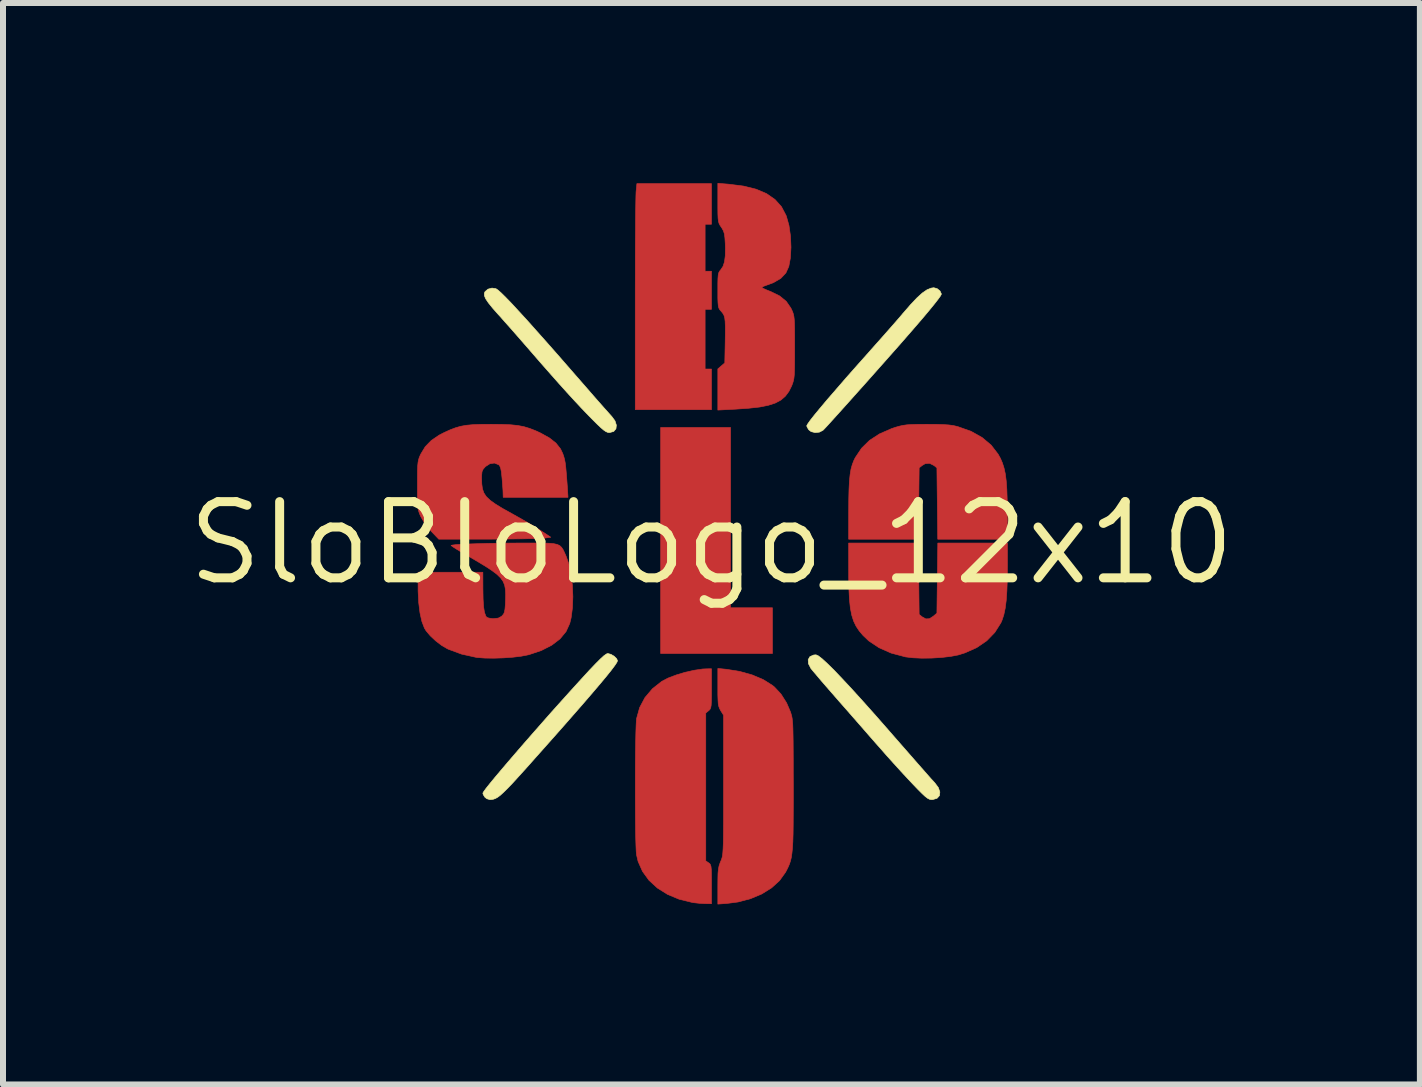
<source format=kicad_pcb>
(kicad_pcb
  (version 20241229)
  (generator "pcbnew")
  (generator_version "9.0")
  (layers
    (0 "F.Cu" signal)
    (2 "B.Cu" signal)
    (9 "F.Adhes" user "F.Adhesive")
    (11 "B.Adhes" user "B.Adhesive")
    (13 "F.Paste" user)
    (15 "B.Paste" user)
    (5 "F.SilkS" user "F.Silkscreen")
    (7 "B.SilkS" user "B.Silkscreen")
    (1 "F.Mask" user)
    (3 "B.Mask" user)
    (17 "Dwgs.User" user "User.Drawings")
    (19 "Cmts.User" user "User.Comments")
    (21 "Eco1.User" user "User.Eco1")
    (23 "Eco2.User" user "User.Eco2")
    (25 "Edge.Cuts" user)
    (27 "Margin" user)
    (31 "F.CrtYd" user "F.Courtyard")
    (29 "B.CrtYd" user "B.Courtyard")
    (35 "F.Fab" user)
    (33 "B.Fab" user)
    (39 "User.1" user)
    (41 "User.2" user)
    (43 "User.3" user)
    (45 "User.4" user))
  (footprint "SloBloLogo_12x10"
    (layer "F.Cu")
    (at 8.807 6)
    (property "Reference" "SloBloLogo_12x10" (at 0 0 0) (layer "F.SilkS") (effects (font (size 1.27 1.27) (thickness 0.15))))
    (attr through_hole)
    (fp_poly (pts (xy 0.318 1.079) (xy 1.016 1.079) (xy 1.016 1.841) (xy -0.847 1.841) (xy -0.847 -1.926) (xy 0.318 -1.926) (xy 0.318 1.079)) (stroke (width 0.01) (type solid)) (fill yes) (layer "F.Cu"))
    (fp_poly (pts (xy 0 -5.313) (xy -0.106 -5.313) (xy -0.106 -4.53) (xy 0 -4.53) (xy 0 -3.895) (xy -0.106 -3.895) (xy -0.106 -2.9) (xy 0 -2.9) (xy 0 -2.223) (xy -1.27 -2.223) (xy -1.27 -3.976) (xy -1.27 -4.248) (xy -1.269 -4.511) (xy -1.269 -4.76) (xy -1.268 -4.992) (xy -1.266 -5.205) (xy -1.265 -5.393) (xy -1.263 -5.555) (xy -1.261 -5.687) (xy -1.259 -5.785) (xy -1.257 -5.845) (xy -1.256 -5.86) (xy -1.243 -5.99) (xy 0 -5.99) (xy 0 -5.313)) (stroke (width 0.01) (type solid)) (fill yes) (layer "F.Cu"))
    (fp_poly (pts (xy 3.454 0.595) (xy 3.461 1.189) (xy 3.511 1.23) (xy 3.573 1.264) (xy 3.633 1.261) (xy 3.698 1.219) (xy 3.757 1.168) (xy 3.772 0) (xy 4.932 0) (xy 4.932 0.379) (xy 4.93 0.607) (xy 4.923 0.798) (xy 4.912 0.957) (xy 4.895 1.088) (xy 4.872 1.196) (xy 4.842 1.287) (xy 4.823 1.33) (xy 4.722 1.49) (xy 4.587 1.629) (xy 4.42 1.743) (xy 4.225 1.83) (xy 4.113 1.865) (xy 3.988 1.889) (xy 3.835 1.907) (xy 3.67 1.917) (xy 3.505 1.919) (xy 3.354 1.912) (xy 3.23 1.897) (xy 3.228 1.896) (xy 2.995 1.834) (xy 2.793 1.745) (xy 2.622 1.631) (xy 2.526 1.54) (xy 2.462 1.464) (xy 2.41 1.386) (xy 2.369 1.301) (xy 2.338 1.203) (xy 2.315 1.087) (xy 2.3 0.947) (xy 2.291 0.779) (xy 2.287 0.576) (xy 2.287 0.471) (xy 2.286 0) (xy 3.448 0) (xy 3.454 0.595)) (stroke (width 0.01) (type solid)) (fill yes) (layer "F.Cu"))
    (fp_poly (pts (xy 3.749 -1.978) (xy 3.866 -1.974) (xy 3.957 -1.968) (xy 4.03 -1.958) (xy 4.095 -1.943) (xy 4.106 -1.94) (xy 4.326 -1.862) (xy 4.51 -1.759) (xy 4.661 -1.632) (xy 4.777 -1.481) (xy 4.816 -1.411) (xy 4.849 -1.334) (xy 4.876 -1.249) (xy 4.897 -1.152) (xy 4.912 -1.036) (xy 4.922 -0.897) (xy 4.928 -0.729) (xy 4.931 -0.525) (xy 4.931 -0.45) (xy 4.932 -0.064) (xy 3.771 -0.064) (xy 3.764 -0.658) (xy 3.757 -1.253) (xy 3.707 -1.293) (xy 3.635 -1.329) (xy 3.562 -1.323) (xy 3.511 -1.293) (xy 3.461 -1.253) (xy 3.454 -0.658) (xy 3.448 -0.064) (xy 2.286 -0.064) (xy 2.287 -0.524) (xy 2.288 -0.727) (xy 2.292 -0.893) (xy 2.299 -1.029) (xy 2.31 -1.139) (xy 2.325 -1.23) (xy 2.346 -1.306) (xy 2.372 -1.374) (xy 2.396 -1.423) (xy 2.501 -1.58) (xy 2.634 -1.711) (xy 2.8 -1.819) (xy 3.001 -1.907) (xy 3.069 -1.93) (xy 3.133 -1.948) (xy 3.192 -1.961) (xy 3.256 -1.97) (xy 3.335 -1.975) (xy 3.436 -1.978) (xy 3.568 -1.979) (xy 3.598 -1.979) (xy 3.749 -1.978)) (stroke (width 0.01) (type solid)) (fill yes) (layer "F.Cu"))
    (fp_poly (pts (xy 0 2.425) (xy -0.000284 2.551) (xy -0.002 2.641) (xy -0.005 2.702) (xy -0.012 2.742) (xy -0.022 2.767) (xy -0.037 2.785) (xy -0.048 2.794) (xy -0.095 2.833) (xy -0.095 5.297) (xy -0.048 5.329) (xy -0.029 5.343) (xy -0.017 5.361) (xy -0.008 5.39) (xy -0.003 5.438) (xy -0.001 5.51) (xy -0.000057 5.614) (xy 0 5.686) (xy 0 6.011) (xy -0.111 6.009) (xy -0.201 6.004) (xy -0.293 5.994) (xy -0.323 5.989) (xy -0.539 5.936) (xy -0.733 5.855) (xy -0.902 5.749) (xy -1.042 5.62) (xy -1.15 5.471) (xy -1.223 5.306) (xy -1.249 5.195) (xy -1.254 5.143) (xy -1.258 5.053) (xy -1.262 4.932) (xy -1.265 4.785) (xy -1.267 4.617) (xy -1.268 4.433) (xy -1.269 4.239) (xy -1.269 4.04) (xy -1.269 3.842) (xy -1.268 3.649) (xy -1.266 3.468) (xy -1.263 3.303) (xy -1.26 3.161) (xy -1.256 3.045) (xy -1.252 2.963) (xy -1.248 2.924) (xy -1.197 2.742) (xy -1.109 2.576) (xy -0.985 2.429) (xy -0.83 2.306) (xy -0.828 2.305) (xy -0.723 2.25) (xy -0.589 2.199) (xy -0.439 2.154) (xy -0.287 2.12) (xy -0.145 2.099) (xy -0.069 2.096) (xy 0 2.095) (xy 0 2.425)) (stroke (width 0.01) (type solid)) (fill yes) (layer "F.Cu"))
    (fp_poly (pts (xy 0.249 2.104) (xy 0.472 2.14) (xy 0.679 2.198) (xy 0.863 2.276) (xy 1.016 2.372) (xy 1.05 2.4) (xy 1.159 2.517) (xy 1.252 2.664) (xy 1.319 2.82) (xy 1.328 2.852) (xy 1.337 2.883) (xy 1.344 2.919) (xy 1.349 2.964) (xy 1.354 3.02) (xy 1.357 3.092) (xy 1.359 3.184) (xy 1.361 3.3) (xy 1.362 3.443) (xy 1.363 3.618) (xy 1.363 3.828) (xy 1.364 4.032) (xy 1.364 4.29) (xy 1.363 4.51) (xy 1.362 4.695) (xy 1.36 4.849) (xy 1.356 4.977) (xy 1.35 5.081) (xy 1.341 5.167) (xy 1.331 5.238) (xy 1.317 5.297) (xy 1.3 5.349) (xy 1.279 5.398) (xy 1.255 5.447) (xy 1.234 5.487) (xy 1.135 5.625) (xy 1.002 5.746) (xy 0.839 5.848) (xy 0.651 5.927) (xy 0.443 5.982) (xy 0.259 6.006) (xy 0.106 6.017) (xy 0.106 5.717) (xy 0.107 5.593) (xy 0.109 5.502) (xy 0.116 5.435) (xy 0.126 5.382) (xy 0.142 5.334) (xy 0.153 5.306) (xy 0.164 5.282) (xy 0.172 5.258) (xy 0.18 5.23) (xy 0.186 5.196) (xy 0.19 5.151) (xy 0.194 5.092) (xy 0.197 5.015) (xy 0.199 4.917) (xy 0.2 4.794) (xy 0.201 4.642) (xy 0.201 4.458) (xy 0.201 4.238) (xy 0.201 4.032) (xy 0.201 2.868) (xy 0.153 2.792) (xy 0.135 2.758) (xy 0.122 2.723) (xy 0.113 2.679) (xy 0.109 2.616) (xy 0.106 2.528) (xy 0.106 2.406) (xy 0.106 2.09) (xy 0.249 2.104)) (stroke (width 0.01) (type solid)) (fill yes) (layer "F.Cu"))
    (fp_poly (pts (xy -2.818 0.000461) (xy -2.711 0.003) (xy -2.631 0.01) (xy -2.572 0.023) (xy -2.53 0.042) (xy -2.499 0.071) (xy -2.473 0.109) (xy -2.449 0.16) (xy -2.423 0.218) (xy -2.375 0.355) (xy -2.34 0.521) (xy -2.318 0.704) (xy -2.31 0.894) (xy -2.317 1.079) (xy -2.339 1.246) (xy -2.362 1.34) (xy -2.424 1.476) (xy -2.525 1.598) (xy -2.663 1.703) (xy -2.835 1.791) (xy -3.041 1.86) (xy -3.059 1.864) (xy -3.171 1.886) (xy -3.313 1.903) (xy -3.47 1.914) (xy -3.629 1.919) (xy -3.777 1.917) (xy -3.901 1.908) (xy -3.926 1.904) (xy -4.165 1.851) (xy -4.384 1.77) (xy -4.403 1.761) (xy -4.497 1.706) (xy -4.595 1.631) (xy -4.685 1.547) (xy -4.756 1.463) (xy -4.784 1.417) (xy -4.826 1.307) (xy -4.858 1.163) (xy -4.879 0.993) (xy -4.889 0.802) (xy -4.889 0.752) (xy -4.889 0.487) (xy -3.81 0.487) (xy -3.809 0.767) (xy -3.806 0.935) (xy -3.798 1.064) (xy -3.783 1.156) (xy -3.761 1.216) (xy -3.747 1.236) (xy -3.712 1.25) (xy -3.654 1.259) (xy -3.63 1.259) (xy -3.553 1.251) (xy -3.498 1.221) (xy -3.488 1.211) (xy -3.465 1.184) (xy -3.45 1.15) (xy -3.441 1.1) (xy -3.435 1.025) (xy -3.432 0.952) (xy -3.43 0.854) (xy -3.434 0.772) (xy -3.447 0.702) (xy -3.473 0.639) (xy -3.515 0.58) (xy -3.577 0.52) (xy -3.662 0.456) (xy -3.774 0.383) (xy -3.915 0.298) (xy -4.082 0.201) (xy -4.174 0.147) (xy -4.252 0.1) (xy -4.308 0.064) (xy -4.337 0.043) (xy -4.339 0.04) (xy -4.319 0.034) (xy -4.261 0.027) (xy -4.169 0.021) (xy -4.049 0.016) (xy -3.905 0.011) (xy -3.741 0.006) (xy -3.562 0.003) (xy -3.372 0.001) (xy -3.175 0.000033) (xy -3.133 0) (xy -2.957 -0.000151) (xy -2.818 0.000461)) (stroke (width 0.01) (type solid)) (fill yes) (layer "F.Cu"))
    (fp_poly (pts (xy -3.662 -1.979) (xy -3.487 -1.977) (xy -3.345 -1.971) (xy -3.228 -1.959) (xy -3.125 -1.939) (xy -3.029 -1.91) (xy -2.929 -1.871) (xy -2.847 -1.833) (xy -2.701 -1.752) (xy -2.592 -1.666) (xy -2.516 -1.57) (xy -2.479 -1.493) (xy -2.462 -1.444) (xy -2.448 -1.393) (xy -2.437 -1.334) (xy -2.428 -1.259) (xy -2.419 -1.16) (xy -2.409 -1.03) (xy -2.402 -0.937) (xy -2.391 -0.762) (xy -3.471 -0.762) (xy -3.473 -0.831) (xy -3.475 -0.884) (xy -3.481 -0.964) (xy -3.488 -1.057) (xy -3.491 -1.088) (xy -3.501 -1.186) (xy -3.514 -1.251) (xy -3.531 -1.289) (xy -3.546 -1.305) (xy -3.617 -1.333) (xy -3.693 -1.322) (xy -3.766 -1.275) (xy -3.769 -1.272) (xy -3.805 -1.231) (xy -3.824 -1.189) (xy -3.83 -1.13) (xy -3.831 -1.084) (xy -3.828 -0.986) (xy -3.817 -0.904) (xy -3.793 -0.835) (xy -3.752 -0.773) (xy -3.689 -0.713) (xy -3.601 -0.65) (xy -3.484 -0.578) (xy -3.333 -0.494) (xy -3.212 -0.426) (xy -3.089 -0.356) (xy -2.975 -0.288) (xy -2.882 -0.231) (xy -2.847 -0.209) (xy -2.678 -0.097) (xy -2.783 -0.082) (xy -2.828 -0.079) (xy -2.91 -0.075) (xy -3.023 -0.073) (xy -3.163 -0.07) (xy -3.323 -0.068) (xy -3.5 -0.066) (xy -3.686 -0.065) (xy -3.717 -0.065) (xy -4.544 -0.064) (xy -4.665 -0.19) (xy -4.732 -0.269) (xy -4.795 -0.356) (xy -4.841 -0.435) (xy -4.843 -0.439) (xy -4.863 -0.483) (xy -4.877 -0.522) (xy -4.888 -0.564) (xy -4.894 -0.617) (xy -4.898 -0.687) (xy -4.9 -0.782) (xy -4.9 -0.91) (xy -4.9 -0.963) (xy -4.9 -1.104) (xy -4.899 -1.209) (xy -4.896 -1.287) (xy -4.89 -1.345) (xy -4.881 -1.39) (xy -4.869 -1.429) (xy -4.851 -1.469) (xy -4.845 -1.482) (xy -4.77 -1.606) (xy -4.67 -1.709) (xy -4.538 -1.799) (xy -4.456 -1.841) (xy -4.355 -1.887) (xy -4.265 -1.921) (xy -4.178 -1.946) (xy -4.083 -1.963) (xy -3.973 -1.973) (xy -3.838 -1.978) (xy -3.671 -1.979) (xy -3.662 -1.979)) (stroke (width 0.01) (type solid)) (fill yes) (layer "F.Cu"))
    (fp_poly (pts (xy 0.291 -5.98) (xy 0.535 -5.949) (xy 0.744 -5.897) (xy 0.918 -5.823) (xy 1.058 -5.726) (xy 1.166 -5.606) (xy 1.242 -5.462) (xy 1.247 -5.45) (xy 1.291 -5.295) (xy 1.317 -5.116) (xy 1.325 -4.929) (xy 1.315 -4.75) (xy 1.289 -4.61) (xy 1.24 -4.501) (xy 1.154 -4.41) (xy 1.03 -4.338) (xy 0.915 -4.296) (xy 0.864 -4.277) (xy 0.84 -4.26) (xy 0.841 -4.255) (xy 0.868 -4.241) (xy 0.922 -4.217) (xy 0.992 -4.189) (xy 1.136 -4.118) (xy 1.246 -4.028) (xy 1.324 -3.915) (xy 1.336 -3.89) (xy 1.352 -3.854) (xy 1.364 -3.819) (xy 1.373 -3.78) (xy 1.379 -3.73) (xy 1.383 -3.664) (xy 1.385 -3.575) (xy 1.386 -3.457) (xy 1.386 -3.305) (xy 1.386 -3.26) (xy 1.386 -3.097) (xy 1.385 -2.97) (xy 1.383 -2.874) (xy 1.38 -2.801) (xy 1.374 -2.746) (xy 1.365 -2.703) (xy 1.354 -2.665) (xy 1.339 -2.626) (xy 1.338 -2.622) (xy 1.29 -2.526) (xy 1.231 -2.447) (xy 1.157 -2.383) (xy 1.063 -2.333) (xy 0.945 -2.295) (xy 0.798 -2.266) (xy 0.617 -2.246) (xy 0.399 -2.231) (xy 0.397 -2.231) (xy 0.106 -2.216) (xy 0.106 -2.902) (xy 0.222 -3.002) (xy 0.229 -3.356) (xy 0.231 -3.502) (xy 0.231 -3.612) (xy 0.228 -3.692) (xy 0.221 -3.751) (xy 0.209 -3.793) (xy 0.19 -3.827) (xy 0.165 -3.858) (xy 0.159 -3.865) (xy 0.137 -3.89) (xy 0.123 -3.916) (xy 0.114 -3.951) (xy 0.109 -4.003) (xy 0.106 -4.081) (xy 0.106 -4.191) (xy 0.106 -4.212) (xy 0.106 -4.329) (xy 0.108 -4.411) (xy 0.113 -4.467) (xy 0.121 -4.504) (xy 0.135 -4.531) (xy 0.155 -4.555) (xy 0.157 -4.558) (xy 0.193 -4.612) (xy 0.217 -4.686) (xy 0.23 -4.786) (xy 0.232 -4.918) (xy 0.23 -4.99) (xy 0.224 -5.086) (xy 0.215 -5.153) (xy 0.199 -5.203) (xy 0.174 -5.249) (xy 0.164 -5.263) (xy 0.142 -5.296) (xy 0.126 -5.327) (xy 0.116 -5.364) (xy 0.11 -5.414) (xy 0.107 -5.485) (xy 0.106 -5.585) (xy 0.106 -5.671) (xy 0.106 -5.995) (xy 0.291 -5.98)) (stroke (width 0.01) (type solid)) (fill yes) (layer "F.Cu"))
    (fp_poly (pts (xy 0.318 1.079) (xy 1.016 1.079) (xy 1.016 1.841) (xy -0.847 1.841) (xy -0.847 -1.926) (xy 0.318 -1.926) (xy 0.318 1.079)) (stroke (width 0.01) (type solid)) (fill yes) (layer "F.Mask"))
    (fp_poly (pts (xy 0 -5.313) (xy -0.106 -5.313) (xy -0.106 -4.53) (xy 0 -4.53) (xy 0 -3.895) (xy -0.106 -3.895) (xy -0.106 -2.9) (xy 0 -2.9) (xy 0 -2.223) (xy -1.27 -2.223) (xy -1.27 -3.976) (xy -1.27 -4.248) (xy -1.269 -4.511) (xy -1.269 -4.76) (xy -1.268 -4.992) (xy -1.266 -5.205) (xy -1.265 -5.393) (xy -1.263 -5.555) (xy -1.261 -5.687) (xy -1.259 -5.785) (xy -1.257 -5.845) (xy -1.256 -5.86) (xy -1.243 -5.99) (xy 0 -5.99) (xy 0 -5.313)) (stroke (width 0.01) (type solid)) (fill yes) (layer "F.Mask"))
    (fp_poly (pts (xy 3.454 0.595) (xy 3.461 1.189) (xy 3.511 1.23) (xy 3.573 1.264) (xy 3.633 1.261) (xy 3.698 1.219) (xy 3.757 1.168) (xy 3.772 0) (xy 4.932 0) (xy 4.932 0.379) (xy 4.93 0.607) (xy 4.923 0.798) (xy 4.912 0.957) (xy 4.895 1.088) (xy 4.872 1.196) (xy 4.842 1.287) (xy 4.823 1.33) (xy 4.722 1.49) (xy 4.587 1.629) (xy 4.42 1.743) (xy 4.225 1.83) (xy 4.113 1.865) (xy 3.988 1.889) (xy 3.835 1.907) (xy 3.67 1.917) (xy 3.505 1.919) (xy 3.354 1.912) (xy 3.23 1.897) (xy 3.228 1.896) (xy 2.995 1.834) (xy 2.793 1.745) (xy 2.622 1.631) (xy 2.526 1.54) (xy 2.462 1.464) (xy 2.41 1.386) (xy 2.369 1.301) (xy 2.338 1.203) (xy 2.315 1.087) (xy 2.3 0.947) (xy 2.291 0.779) (xy 2.287 0.576) (xy 2.287 0.471) (xy 2.286 0) (xy 3.448 0) (xy 3.454 0.595)) (stroke (width 0.01) (type solid)) (fill yes) (layer "F.Mask"))
    (fp_poly (pts (xy 3.749 -1.978) (xy 3.866 -1.974) (xy 3.957 -1.968) (xy 4.03 -1.958) (xy 4.095 -1.943) (xy 4.106 -1.94) (xy 4.326 -1.862) (xy 4.51 -1.759) (xy 4.661 -1.632) (xy 4.777 -1.481) (xy 4.816 -1.411) (xy 4.849 -1.334) (xy 4.876 -1.249) (xy 4.897 -1.152) (xy 4.912 -1.036) (xy 4.922 -0.897) (xy 4.928 -0.729) (xy 4.931 -0.525) (xy 4.931 -0.45) (xy 4.932 -0.064) (xy 3.771 -0.064) (xy 3.764 -0.658) (xy 3.757 -1.253) (xy 3.707 -1.293) (xy 3.635 -1.329) (xy 3.562 -1.323) (xy 3.511 -1.293) (xy 3.461 -1.253) (xy 3.454 -0.658) (xy 3.448 -0.064) (xy 2.286 -0.064) (xy 2.287 -0.524) (xy 2.288 -0.727) (xy 2.292 -0.893) (xy 2.299 -1.029) (xy 2.31 -1.139) (xy 2.325 -1.23) (xy 2.346 -1.306) (xy 2.372 -1.374) (xy 2.396 -1.423) (xy 2.501 -1.58) (xy 2.634 -1.711) (xy 2.8 -1.819) (xy 3.001 -1.907) (xy 3.069 -1.93) (xy 3.133 -1.948) (xy 3.192 -1.961) (xy 3.256 -1.97) (xy 3.335 -1.975) (xy 3.436 -1.978) (xy 3.568 -1.979) (xy 3.598 -1.979) (xy 3.749 -1.978)) (stroke (width 0.01) (type solid)) (fill yes) (layer "F.Mask"))
    (fp_poly (pts (xy 0 2.425) (xy -0.000284 2.551) (xy -0.002 2.641) (xy -0.005 2.702) (xy -0.012 2.742) (xy -0.022 2.767) (xy -0.037 2.785) (xy -0.048 2.794) (xy -0.095 2.833) (xy -0.095 5.297) (xy -0.048 5.329) (xy -0.029 5.343) (xy -0.017 5.361) (xy -0.008 5.39) (xy -0.003 5.438) (xy -0.001 5.51) (xy -0.000057 5.614) (xy 0 5.686) (xy 0 6.011) (xy -0.111 6.009) (xy -0.201 6.004) (xy -0.293 5.994) (xy -0.323 5.989) (xy -0.539 5.936) (xy -0.733 5.855) (xy -0.902 5.749) (xy -1.042 5.62) (xy -1.15 5.471) (xy -1.223 5.306) (xy -1.249 5.195) (xy -1.254 5.143) (xy -1.258 5.053) (xy -1.262 4.932) (xy -1.265 4.785) (xy -1.267 4.617) (xy -1.268 4.433) (xy -1.269 4.239) (xy -1.269 4.04) (xy -1.269 3.842) (xy -1.268 3.649) (xy -1.266 3.468) (xy -1.263 3.303) (xy -1.26 3.161) (xy -1.256 3.045) (xy -1.252 2.963) (xy -1.248 2.924) (xy -1.197 2.742) (xy -1.109 2.576) (xy -0.985 2.429) (xy -0.83 2.306) (xy -0.828 2.305) (xy -0.723 2.25) (xy -0.589 2.199) (xy -0.439 2.154) (xy -0.287 2.12) (xy -0.145 2.099) (xy -0.069 2.096) (xy 0 2.095) (xy 0 2.425)) (stroke (width 0.01) (type solid)) (fill yes) (layer "F.Mask"))
    (fp_poly (pts (xy 0.249 2.104) (xy 0.472 2.14) (xy 0.679 2.198) (xy 0.863 2.276) (xy 1.016 2.372) (xy 1.05 2.4) (xy 1.159 2.517) (xy 1.252 2.664) (xy 1.319 2.82) (xy 1.328 2.852) (xy 1.337 2.883) (xy 1.344 2.919) (xy 1.349 2.964) (xy 1.354 3.02) (xy 1.357 3.092) (xy 1.359 3.184) (xy 1.361 3.3) (xy 1.362 3.443) (xy 1.363 3.618) (xy 1.363 3.828) (xy 1.364 4.032) (xy 1.364 4.29) (xy 1.363 4.51) (xy 1.362 4.695) (xy 1.36 4.849) (xy 1.356 4.977) (xy 1.35 5.081) (xy 1.341 5.167) (xy 1.331 5.238) (xy 1.317 5.297) (xy 1.3 5.349) (xy 1.279 5.398) (xy 1.255 5.447) (xy 1.234 5.487) (xy 1.135 5.625) (xy 1.002 5.746) (xy 0.839 5.848) (xy 0.651 5.927) (xy 0.443 5.982) (xy 0.259 6.006) (xy 0.106 6.017) (xy 0.106 5.717) (xy 0.107 5.593) (xy 0.109 5.502) (xy 0.116 5.435) (xy 0.126 5.382) (xy 0.142 5.334) (xy 0.153 5.306) (xy 0.164 5.282) (xy 0.172 5.258) (xy 0.18 5.23) (xy 0.186 5.196) (xy 0.19 5.151) (xy 0.194 5.092) (xy 0.197 5.015) (xy 0.199 4.917) (xy 0.2 4.794) (xy 0.201 4.642) (xy 0.201 4.458) (xy 0.201 4.238) (xy 0.201 4.032) (xy 0.201 2.868) (xy 0.153 2.792) (xy 0.135 2.758) (xy 0.122 2.723) (xy 0.113 2.679) (xy 0.109 2.616) (xy 0.106 2.528) (xy 0.106 2.406) (xy 0.106 2.09) (xy 0.249 2.104)) (stroke (width 0.01) (type solid)) (fill yes) (layer "F.Mask"))
    (fp_poly (pts (xy -2.818 0.000461) (xy -2.711 0.003) (xy -2.631 0.01) (xy -2.572 0.023) (xy -2.53 0.042) (xy -2.499 0.071) (xy -2.473 0.109) (xy -2.449 0.16) (xy -2.423 0.218) (xy -2.375 0.355) (xy -2.34 0.521) (xy -2.318 0.704) (xy -2.31 0.894) (xy -2.317 1.079) (xy -2.339 1.246) (xy -2.362 1.34) (xy -2.424 1.476) (xy -2.525 1.598) (xy -2.663 1.703) (xy -2.835 1.791) (xy -3.041 1.86) (xy -3.059 1.864) (xy -3.171 1.886) (xy -3.313 1.903) (xy -3.47 1.914) (xy -3.629 1.919) (xy -3.777 1.917) (xy -3.901 1.908) (xy -3.926 1.904) (xy -4.165 1.851) (xy -4.384 1.77) (xy -4.403 1.761) (xy -4.497 1.706) (xy -4.595 1.631) (xy -4.685 1.547) (xy -4.756 1.463) (xy -4.784 1.417) (xy -4.826 1.307) (xy -4.858 1.163) (xy -4.879 0.993) (xy -4.889 0.802) (xy -4.889 0.752) (xy -4.889 0.487) (xy -3.81 0.487) (xy -3.809 0.767) (xy -3.806 0.935) (xy -3.798 1.064) (xy -3.783 1.156) (xy -3.761 1.216) (xy -3.747 1.236) (xy -3.712 1.25) (xy -3.654 1.259) (xy -3.63 1.259) (xy -3.553 1.251) (xy -3.498 1.221) (xy -3.488 1.211) (xy -3.465 1.184) (xy -3.45 1.15) (xy -3.441 1.1) (xy -3.435 1.025) (xy -3.432 0.952) (xy -3.43 0.854) (xy -3.434 0.772) (xy -3.447 0.702) (xy -3.473 0.639) (xy -3.515 0.58) (xy -3.577 0.52) (xy -3.662 0.456) (xy -3.774 0.383) (xy -3.915 0.298) (xy -4.082 0.201) (xy -4.174 0.147) (xy -4.252 0.1) (xy -4.308 0.064) (xy -4.337 0.043) (xy -4.339 0.04) (xy -4.319 0.034) (xy -4.261 0.027) (xy -4.169 0.021) (xy -4.049 0.016) (xy -3.905 0.011) (xy -3.741 0.006) (xy -3.562 0.003) (xy -3.372 0.001) (xy -3.175 0.000033) (xy -3.133 0) (xy -2.957 -0.000151) (xy -2.818 0.000461)) (stroke (width 0.01) (type solid)) (fill yes) (layer "F.Mask"))
    (fp_poly (pts (xy -3.662 -1.979) (xy -3.487 -1.977) (xy -3.345 -1.971) (xy -3.228 -1.959) (xy -3.125 -1.939) (xy -3.029 -1.91) (xy -2.929 -1.871) (xy -2.847 -1.833) (xy -2.701 -1.752) (xy -2.592 -1.666) (xy -2.516 -1.57) (xy -2.479 -1.493) (xy -2.462 -1.444) (xy -2.448 -1.393) (xy -2.437 -1.334) (xy -2.428 -1.259) (xy -2.419 -1.16) (xy -2.409 -1.03) (xy -2.402 -0.937) (xy -2.391 -0.762) (xy -3.471 -0.762) (xy -3.473 -0.831) (xy -3.475 -0.884) (xy -3.481 -0.964) (xy -3.488 -1.057) (xy -3.491 -1.088) (xy -3.501 -1.186) (xy -3.514 -1.251) (xy -3.531 -1.289) (xy -3.546 -1.305) (xy -3.617 -1.333) (xy -3.693 -1.322) (xy -3.766 -1.275) (xy -3.769 -1.272) (xy -3.805 -1.231) (xy -3.824 -1.189) (xy -3.83 -1.13) (xy -3.831 -1.084) (xy -3.828 -0.986) (xy -3.817 -0.904) (xy -3.793 -0.835) (xy -3.752 -0.773) (xy -3.689 -0.713) (xy -3.601 -0.65) (xy -3.484 -0.578) (xy -3.333 -0.494) (xy -3.212 -0.426) (xy -3.089 -0.356) (xy -2.975 -0.288) (xy -2.882 -0.231) (xy -2.847 -0.209) (xy -2.678 -0.097) (xy -2.783 -0.082) (xy -2.828 -0.079) (xy -2.91 -0.075) (xy -3.023 -0.073) (xy -3.163 -0.07) (xy -3.323 -0.068) (xy -3.5 -0.066) (xy -3.686 -0.065) (xy -3.717 -0.065) (xy -4.544 -0.064) (xy -4.665 -0.19) (xy -4.732 -0.269) (xy -4.795 -0.356) (xy -4.841 -0.435) (xy -4.843 -0.439) (xy -4.863 -0.483) (xy -4.877 -0.522) (xy -4.888 -0.564) (xy -4.894 -0.617) (xy -4.898 -0.687) (xy -4.9 -0.782) (xy -4.9 -0.91) (xy -4.9 -0.963) (xy -4.9 -1.104) (xy -4.899 -1.209) (xy -4.896 -1.287) (xy -4.89 -1.345) (xy -4.881 -1.39) (xy -4.869 -1.429) (xy -4.851 -1.469) (xy -4.845 -1.482) (xy -4.77 -1.606) (xy -4.67 -1.709) (xy -4.538 -1.799) (xy -4.456 -1.841) (xy -4.355 -1.887) (xy -4.265 -1.921) (xy -4.178 -1.946) (xy -4.083 -1.963) (xy -3.973 -1.973) (xy -3.838 -1.978) (xy -3.671 -1.979) (xy -3.662 -1.979)) (stroke (width 0.01) (type solid)) (fill yes) (layer "F.Mask"))
    (fp_poly (pts (xy 0.291 -5.98) (xy 0.535 -5.949) (xy 0.744 -5.897) (xy 0.918 -5.823) (xy 1.058 -5.726) (xy 1.166 -5.606) (xy 1.242 -5.462) (xy 1.247 -5.45) (xy 1.291 -5.295) (xy 1.317 -5.116) (xy 1.325 -4.929) (xy 1.315 -4.75) (xy 1.289 -4.61) (xy 1.24 -4.501) (xy 1.154 -4.41) (xy 1.03 -4.338) (xy 0.915 -4.296) (xy 0.864 -4.277) (xy 0.84 -4.26) (xy 0.841 -4.255) (xy 0.868 -4.241) (xy 0.922 -4.217) (xy 0.992 -4.189) (xy 1.136 -4.118) (xy 1.246 -4.028) (xy 1.324 -3.915) (xy 1.336 -3.89) (xy 1.352 -3.854) (xy 1.364 -3.819) (xy 1.373 -3.78) (xy 1.379 -3.73) (xy 1.383 -3.664) (xy 1.385 -3.575) (xy 1.386 -3.457) (xy 1.386 -3.305) (xy 1.386 -3.26) (xy 1.386 -3.097) (xy 1.385 -2.97) (xy 1.383 -2.874) (xy 1.38 -2.801) (xy 1.374 -2.746) (xy 1.365 -2.703) (xy 1.354 -2.665) (xy 1.339 -2.626) (xy 1.338 -2.622) (xy 1.29 -2.526) (xy 1.231 -2.447) (xy 1.157 -2.383) (xy 1.063 -2.333) (xy 0.945 -2.295) (xy 0.798 -2.266) (xy 0.617 -2.246) (xy 0.399 -2.231) (xy 0.397 -2.231) (xy 0.106 -2.216) (xy 0.106 -2.902) (xy 0.222 -3.002) (xy 0.229 -3.356) (xy 0.231 -3.502) (xy 0.231 -3.612) (xy 0.228 -3.692) (xy 0.221 -3.751) (xy 0.209 -3.793) (xy 0.19 -3.827) (xy 0.165 -3.858) (xy 0.159 -3.865) (xy 0.137 -3.89) (xy 0.123 -3.916) (xy 0.114 -3.951) (xy 0.109 -4.003) (xy 0.106 -4.081) (xy 0.106 -4.191) (xy 0.106 -4.212) (xy 0.106 -4.329) (xy 0.108 -4.411) (xy 0.113 -4.467) (xy 0.121 -4.504) (xy 0.135 -4.531) (xy 0.155 -4.555) (xy 0.157 -4.558) (xy 0.193 -4.612) (xy 0.217 -4.686) (xy 0.23 -4.786) (xy 0.232 -4.918) (xy 0.23 -4.99) (xy 0.224 -5.086) (xy 0.215 -5.153) (xy 0.199 -5.203) (xy 0.174 -5.249) (xy 0.164 -5.263) (xy 0.142 -5.296) (xy 0.126 -5.327) (xy 0.116 -5.364) (xy 0.11 -5.414) (xy 0.107 -5.485) (xy 0.106 -5.585) (xy 0.106 -5.671) (xy 0.106 -5.995) (xy 0.291 -5.98)) (stroke (width 0.01) (type solid)) (fill yes) (layer "F.Mask"))
    (fp_poly (pts (xy -1.675 1.855) (xy -1.621 1.887) (xy -1.58 1.928) (xy -1.566 1.962) (xy -1.577 1.989) (xy -1.61 2.039) (xy -1.666 2.114) (xy -1.746 2.214) (xy -1.85 2.339) (xy -1.979 2.491) (xy -2.133 2.67) (xy -2.314 2.877) (xy -2.521 3.113) (xy -2.757 3.379) (xy -2.936 3.58) (xy -3.085 3.748) (xy -3.21 3.886) (xy -3.312 3.998) (xy -3.396 4.086) (xy -3.464 4.153) (xy -3.519 4.203) (xy -3.564 4.237) (xy -3.602 4.258) (xy -3.637 4.27) (xy -3.671 4.275) (xy -3.693 4.276) (xy -3.744 4.261) (xy -3.775 4.237) (xy -3.802 4.195) (xy -3.81 4.168) (xy -3.796 4.143) (xy -3.757 4.089) (xy -3.694 4.01) (xy -3.611 3.909) (xy -3.509 3.788) (xy -3.392 3.65) (xy -3.262 3.499) (xy -3.122 3.337) (xy -2.974 3.168) (xy -2.821 2.994) (xy -2.666 2.818) (xy -2.51 2.644) (xy -2.357 2.474) (xy -2.209 2.311) (xy -2.069 2.158) (xy -2.036 2.122) (xy -1.931 2.012) (xy -1.85 1.931) (xy -1.791 1.877) (xy -1.749 1.848) (xy -1.727 1.841) (xy -1.675 1.855)) (stroke (width 0.01) (type solid)) (fill yes) (layer "F.SilkS"))
    (fp_poly (pts (xy 1.779 1.879) (xy 1.843 1.928) (xy 1.931 2.009) (xy 2.045 2.121) (xy 2.182 2.265) (xy 2.343 2.438) (xy 2.527 2.641) (xy 2.734 2.873) (xy 2.962 3.133) (xy 3.008 3.186) (xy 3.141 3.338) (xy 3.268 3.483) (xy 3.386 3.618) (xy 3.492 3.739) (xy 3.582 3.841) (xy 3.653 3.922) (xy 3.703 3.976) (xy 3.722 3.997) (xy 3.781 4.076) (xy 3.806 4.149) (xy 3.799 4.21) (xy 3.759 4.254) (xy 3.688 4.275) (xy 3.668 4.276) (xy 3.639 4.272) (xy 3.607 4.257) (xy 3.566 4.227) (xy 3.512 4.177) (xy 3.439 4.104) (xy 3.365 4.027) (xy 3.271 3.927) (xy 3.159 3.806) (xy 3.04 3.675) (xy 2.923 3.545) (xy 2.839 3.449) (xy 2.745 3.343) (xy 2.631 3.213) (xy 2.504 3.067) (xy 2.371 2.915) (xy 2.239 2.764) (xy 2.127 2.637) (xy 2.019 2.513) (xy 1.917 2.396) (xy 1.827 2.292) (xy 1.752 2.203) (xy 1.695 2.136) (xy 1.661 2.095) (xy 1.656 2.088) (xy 1.616 2.01) (xy 1.612 1.943) (xy 1.641 1.893) (xy 1.703 1.866) (xy 1.742 1.863) (xy 1.779 1.879)) (stroke (width 0.01) (type solid)) (fill yes) (layer "F.SilkS"))
    (fp_poly (pts (xy -3.592 -4.239) (xy -3.592 -4.239) (xy -3.558 -4.216) (xy -3.505 -4.169) (xy -3.432 -4.097) (xy -3.337 -3.999) (xy -3.221 -3.873) (xy -3.081 -3.721) (xy -2.919 -3.539) (xy -2.732 -3.329) (xy -2.52 -3.088) (xy -2.283 -2.816) (xy -2.07 -2.572) (xy -1.972 -2.459) (xy -1.879 -2.353) (xy -1.796 -2.259) (xy -1.727 -2.182) (xy -1.679 -2.128) (xy -1.663 -2.111) (xy -1.608 -2.036) (xy -1.585 -1.964) (xy -1.592 -1.904) (xy -1.629 -1.86) (xy -1.694 -1.842) (xy -1.705 -1.841) (xy -1.731 -1.845) (xy -1.76 -1.858) (xy -1.797 -1.883) (xy -1.847 -1.926) (xy -1.913 -1.989) (xy -2.001 -2.077) (xy -2.076 -2.154) (xy -2.168 -2.25) (xy -2.281 -2.371) (xy -2.409 -2.511) (xy -2.544 -2.661) (xy -2.681 -2.816) (xy -2.814 -2.967) (xy -2.857 -3.016) (xy -2.981 -3.159) (xy -3.107 -3.304) (xy -3.229 -3.444) (xy -3.342 -3.573) (xy -3.442 -3.685) (xy -3.521 -3.775) (xy -3.55 -3.806) (xy -3.648 -3.917) (xy -3.718 -4.004) (xy -3.763 -4.071) (xy -3.784 -4.122) (xy -3.785 -4.163) (xy -3.774 -4.189) (xy -3.725 -4.231) (xy -3.658 -4.249) (xy -3.592 -4.239)) (stroke (width 0.01) (type solid)) (fill yes) (layer "F.SilkS"))
    (fp_poly (pts (xy 3.762 -4.239) (xy 3.809 -4.2) (xy 3.831 -4.152) (xy 3.831 -4.147) (xy 3.817 -4.119) (xy 3.776 -4.062) (xy 3.711 -3.979) (xy 3.622 -3.87) (xy 3.512 -3.739) (xy 3.382 -3.588) (xy 3.235 -3.419) (xy 3.188 -3.365) (xy 3.072 -3.233) (xy 2.947 -3.092) (xy 2.815 -2.943) (xy 2.681 -2.792) (xy 2.547 -2.641) (xy 2.416 -2.495) (xy 2.292 -2.356) (xy 2.177 -2.228) (xy 2.075 -2.115) (xy 1.989 -2.02) (xy 1.922 -1.946) (xy 1.877 -1.898) (xy 1.858 -1.879) (xy 1.798 -1.848) (xy 1.727 -1.841) (xy 1.661 -1.857) (xy 1.62 -1.889) (xy 1.596 -1.93) (xy 1.587 -1.953) (xy 1.602 -1.982) (xy 1.644 -2.042) (xy 1.713 -2.13) (xy 1.808 -2.245) (xy 1.928 -2.388) (xy 2.073 -2.555) (xy 2.24 -2.748) (xy 2.43 -2.963) (xy 2.642 -3.201) (xy 2.645 -3.205) (xy 2.758 -3.332) (xy 2.87 -3.458) (xy 2.974 -3.576) (xy 3.066 -3.681) (xy 3.14 -3.766) (xy 3.191 -3.827) (xy 3.193 -3.829) (xy 3.319 -3.974) (xy 3.425 -4.086) (xy 3.514 -4.167) (xy 3.591 -4.22) (xy 3.659 -4.248) (xy 3.705 -4.255) (xy 3.762 -4.239)) (stroke (width 0.01) (type solid)) (fill yes) (layer "F.SilkS")))
  (gr_rect
    (start -3 -3)
    (end 20.613 15.023)
    (stroke (width 0.1) (type default))
    (fill no)
    (layer "Edge.Cuts")))
</source>
